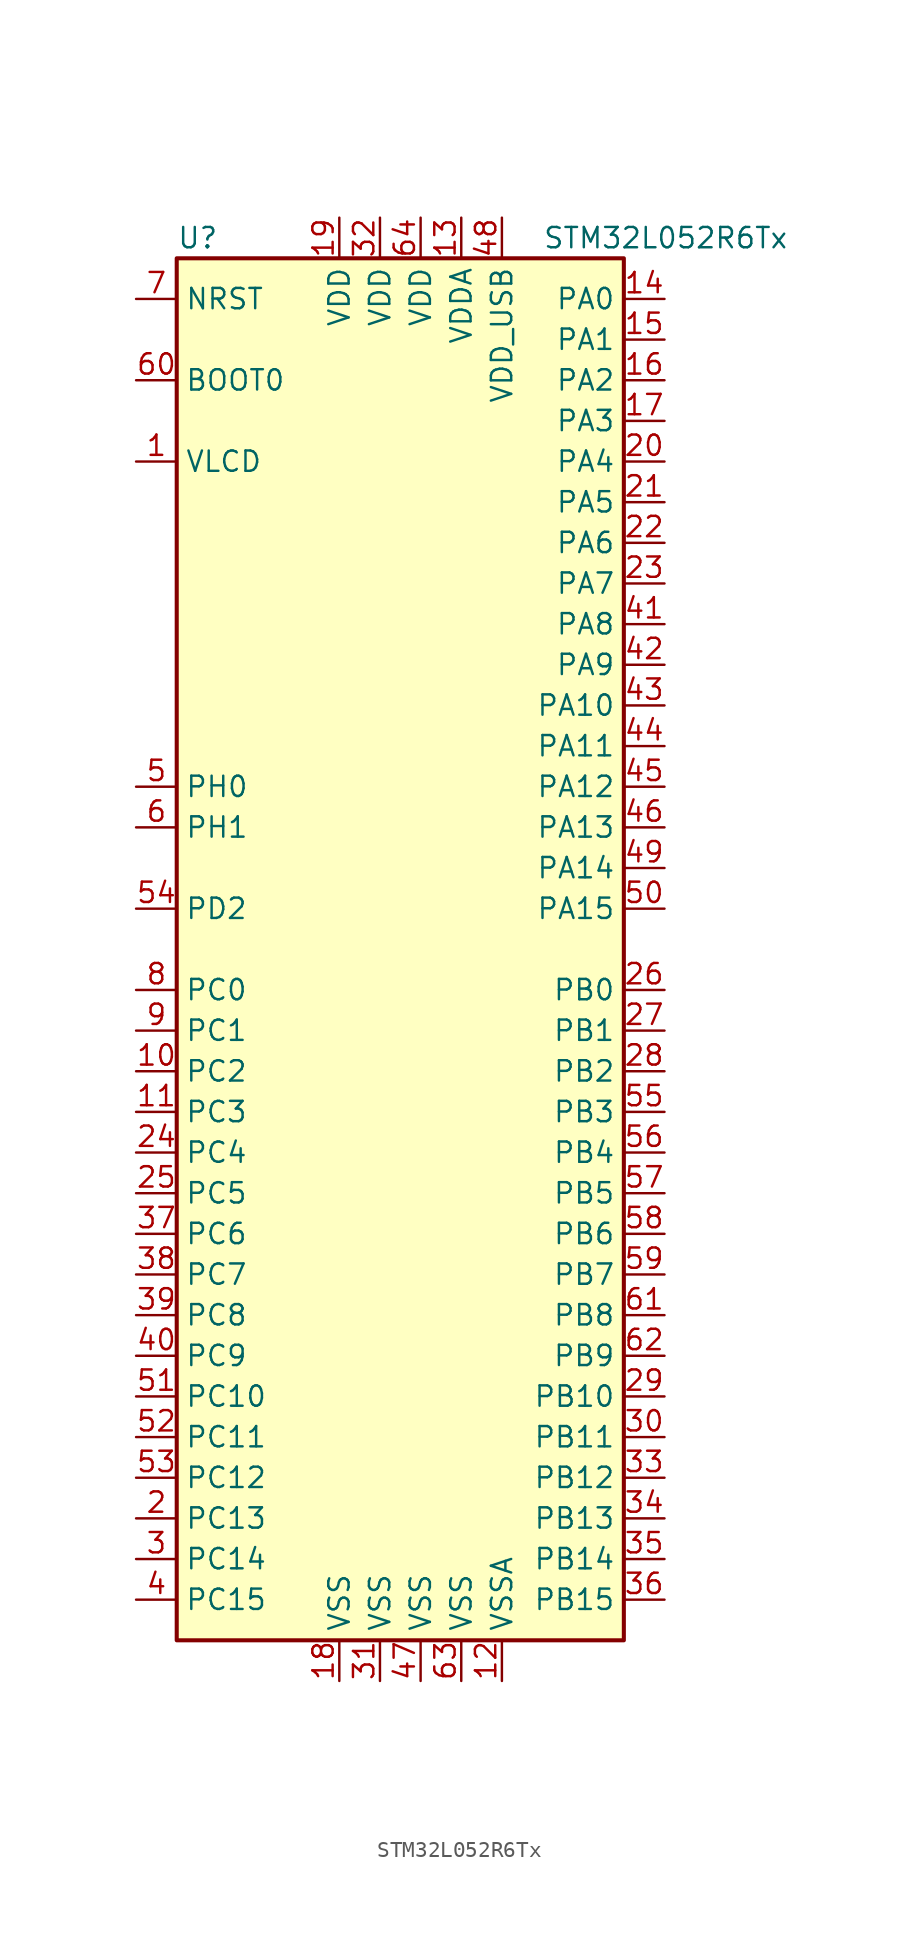
<source format=kicad_sym>
(kicad_symbol_lib
  (version 20211014)
  (generator kicad_symbol_editor)
  (symbol "STM32L052R6Tx"
    (property "Reference" "U"
      (at -15.24 44.45 0)
      (effects (font (size 1.27 1.27)) (justify left)))
    (property "Value" "STM32L052R6Tx"
      (at 7.62 44.45 0)
      (effects (font (size 1.27 1.27)) (justify left)))
    (symbol "STM32L052R6Tx_0_1"
      (rectangle (start -15.24 -43.18) (end 12.7 43.18) (stroke (width 0.254) (type default) (color 0 0 0 0)) (fill (type background))))
    (symbol "STM32L052R6Tx_1_1"
      (pin power_in line (at -17.78 30.48 0) (length 2.54) (name "VLCD" (effects (font (size 1.27 1.27)))) (number "1" (effects (font (size 1.27 1.27)))))
      (pin bidirectional line (at -17.78 -7.62 0) (length 2.54) (name "PC2" (effects (font (size 1.27 1.27)))) (number "10" (effects (font (size 1.27 1.27)))))
      (pin bidirectional line (at -17.78 -10.16 0) (length 2.54) (name "PC3" (effects (font (size 1.27 1.27)))) (number "11" (effects (font (size 1.27 1.27)))))
      (pin power_in line (at 5.08 -45.72 90) (length 2.54) (name "VSSA" (effects (font (size 1.27 1.27)))) (number "12" (effects (font (size 1.27 1.27)))))
      (pin power_in line (at 2.54 45.72 270) (length 2.54) (name "VDDA" (effects (font (size 1.27 1.27)))) (number "13" (effects (font (size 1.27 1.27)))))
      (pin bidirectional line (at 15.24 40.64 180) (length 2.54) (name "PA0" (effects (font (size 1.27 1.27)))) (number "14" (effects (font (size 1.27 1.27)))))
      (pin bidirectional line (at 15.24 38.1 180) (length 2.54) (name "PA1" (effects (font (size 1.27 1.27)))) (number "15" (effects (font (size 1.27 1.27)))))
      (pin bidirectional line (at 15.24 35.56 180) (length 2.54) (name "PA2" (effects (font (size 1.27 1.27)))) (number "16" (effects (font (size 1.27 1.27)))))
      (pin bidirectional line (at 15.24 33.02 180) (length 2.54) (name "PA3" (effects (font (size 1.27 1.27)))) (number "17" (effects (font (size 1.27 1.27)))))
      (pin power_in line (at -5.08 -45.72 90) (length 2.54) (name "VSS" (effects (font (size 1.27 1.27)))) (number "18" (effects (font (size 1.27 1.27)))))
      (pin power_in line (at -5.08 45.72 270) (length 2.54) (name "VDD" (effects (font (size 1.27 1.27)))) (number "19" (effects (font (size 1.27 1.27)))))
      (pin bidirectional line (at -17.78 -35.56 0) (length 2.54) (name "PC13" (effects (font (size 1.27 1.27)))) (number "2" (effects (font (size 1.27 1.27)))))
      (pin bidirectional line (at 15.24 30.48 180) (length 2.54) (name "PA4" (effects (font (size 1.27 1.27)))) (number "20" (effects (font (size 1.27 1.27)))))
      (pin bidirectional line (at 15.24 27.94 180) (length 2.54) (name "PA5" (effects (font (size 1.27 1.27)))) (number "21" (effects (font (size 1.27 1.27)))))
      (pin bidirectional line (at 15.24 25.4 180) (length 2.54) (name "PA6" (effects (font (size 1.27 1.27)))) (number "22" (effects (font (size 1.27 1.27)))))
      (pin bidirectional line (at 15.24 22.86 180) (length 2.54) (name "PA7" (effects (font (size 1.27 1.27)))) (number "23" (effects (font (size 1.27 1.27)))))
      (pin bidirectional line (at -17.78 -12.7 0) (length 2.54) (name "PC4" (effects (font (size 1.27 1.27)))) (number "24" (effects (font (size 1.27 1.27)))))
      (pin bidirectional line (at -17.78 -15.24 0) (length 2.54) (name "PC5" (effects (font (size 1.27 1.27)))) (number "25" (effects (font (size 1.27 1.27)))))
      (pin bidirectional line (at 15.24 -2.54 180) (length 2.54) (name "PB0" (effects (font (size 1.27 1.27)))) (number "26" (effects (font (size 1.27 1.27)))))
      (pin bidirectional line (at 15.24 -5.08 180) (length 2.54) (name "PB1" (effects (font (size 1.27 1.27)))) (number "27" (effects (font (size 1.27 1.27)))))
      (pin bidirectional line (at 15.24 -7.62 180) (length 2.54) (name "PB2" (effects (font (size 1.27 1.27)))) (number "28" (effects (font (size 1.27 1.27)))))
      (pin bidirectional line (at 15.24 -27.94 180) (length 2.54) (name "PB10" (effects (font (size 1.27 1.27)))) (number "29" (effects (font (size 1.27 1.27)))))
      (pin bidirectional line (at -17.78 -38.1 0) (length 2.54) (name "PC14" (effects (font (size 1.27 1.27)))) (number "3" (effects (font (size 1.27 1.27)))))
      (pin bidirectional line (at 15.24 -30.48 180) (length 2.54) (name "PB11" (effects (font (size 1.27 1.27)))) (number "30" (effects (font (size 1.27 1.27)))))
      (pin power_in line (at -2.54 -45.72 90) (length 2.54) (name "VSS" (effects (font (size 1.27 1.27)))) (number "31" (effects (font (size 1.27 1.27)))))
      (pin power_in line (at -2.54 45.72 270) (length 2.54) (name "VDD" (effects (font (size 1.27 1.27)))) (number "32" (effects (font (size 1.27 1.27)))))
      (pin bidirectional line (at 15.24 -33.02 180) (length 2.54) (name "PB12" (effects (font (size 1.27 1.27)))) (number "33" (effects (font (size 1.27 1.27)))))
      (pin bidirectional line (at 15.24 -35.56 180) (length 2.54) (name "PB13" (effects (font (size 1.27 1.27)))) (number "34" (effects (font (size 1.27 1.27)))))
      (pin bidirectional line (at 15.24 -38.1 180) (length 2.54) (name "PB14" (effects (font (size 1.27 1.27)))) (number "35" (effects (font (size 1.27 1.27)))))
      (pin bidirectional line (at 15.24 -40.64 180) (length 2.54) (name "PB15" (effects (font (size 1.27 1.27)))) (number "36" (effects (font (size 1.27 1.27)))))
      (pin bidirectional line (at -17.78 -17.78 0) (length 2.54) (name "PC6" (effects (font (size 1.27 1.27)))) (number "37" (effects (font (size 1.27 1.27)))))
      (pin bidirectional line (at -17.78 -20.32 0) (length 2.54) (name "PC7" (effects (font (size 1.27 1.27)))) (number "38" (effects (font (size 1.27 1.27)))))
      (pin bidirectional line (at -17.78 -22.86 0) (length 2.54) (name "PC8" (effects (font (size 1.27 1.27)))) (number "39" (effects (font (size 1.27 1.27)))))
      (pin bidirectional line (at -17.78 -40.64 0) (length 2.54) (name "PC15" (effects (font (size 1.27 1.27)))) (number "4" (effects (font (size 1.27 1.27)))))
      (pin bidirectional line (at -17.78 -25.4 0) (length 2.54) (name "PC9" (effects (font (size 1.27 1.27)))) (number "40" (effects (font (size 1.27 1.27)))))
      (pin bidirectional line (at 15.24 20.32 180) (length 2.54) (name "PA8" (effects (font (size 1.27 1.27)))) (number "41" (effects (font (size 1.27 1.27)))))
      (pin bidirectional line (at 15.24 17.78 180) (length 2.54) (name "PA9" (effects (font (size 1.27 1.27)))) (number "42" (effects (font (size 1.27 1.27)))))
      (pin bidirectional line (at 15.24 15.24 180) (length 2.54) (name "PA10" (effects (font (size 1.27 1.27)))) (number "43" (effects (font (size 1.27 1.27)))))
      (pin bidirectional line (at 15.24 12.7 180) (length 2.54) (name "PA11" (effects (font (size 1.27 1.27)))) (number "44" (effects (font (size 1.27 1.27)))))
      (pin bidirectional line (at 15.24 10.16 180) (length 2.54) (name "PA12" (effects (font (size 1.27 1.27)))) (number "45" (effects (font (size 1.27 1.27)))))
      (pin bidirectional line (at 15.24 7.62 180) (length 2.54) (name "PA13" (effects (font (size 1.27 1.27)))) (number "46" (effects (font (size 1.27 1.27)))))
      (pin power_in line (at 0 -45.72 90) (length 2.54) (name "VSS" (effects (font (size 1.27 1.27)))) (number "47" (effects (font (size 1.27 1.27)))))
      (pin power_in line (at 5.08 45.72 270) (length 2.54) (name "VDD_USB" (effects (font (size 1.27 1.27)))) (number "48" (effects (font (size 1.27 1.27)))))
      (pin bidirectional line (at 15.24 5.08 180) (length 2.54) (name "PA14" (effects (font (size 1.27 1.27)))) (number "49" (effects (font (size 1.27 1.27)))))
      (pin input line (at -17.78 10.16 0) (length 2.54) (name "PH0" (effects (font (size 1.27 1.27)))) (number "5" (effects (font (size 1.27 1.27)))))
      (pin bidirectional line (at 15.24 2.54 180) (length 2.54) (name "PA15" (effects (font (size 1.27 1.27)))) (number "50" (effects (font (size 1.27 1.27)))))
      (pin bidirectional line (at -17.78 -27.94 0) (length 2.54) (name "PC10" (effects (font (size 1.27 1.27)))) (number "51" (effects (font (size 1.27 1.27)))))
      (pin bidirectional line (at -17.78 -30.48 0) (length 2.54) (name "PC11" (effects (font (size 1.27 1.27)))) (number "52" (effects (font (size 1.27 1.27)))))
      (pin bidirectional line (at -17.78 -33.02 0) (length 2.54) (name "PC12" (effects (font (size 1.27 1.27)))) (number "53" (effects (font (size 1.27 1.27)))))
      (pin bidirectional line (at -17.78 2.54 0) (length 2.54) (name "PD2" (effects (font (size 1.27 1.27)))) (number "54" (effects (font (size 1.27 1.27)))))
      (pin bidirectional line (at 15.24 -10.16 180) (length 2.54) (name "PB3" (effects (font (size 1.27 1.27)))) (number "55" (effects (font (size 1.27 1.27)))))
      (pin bidirectional line (at 15.24 -12.7 180) (length 2.54) (name "PB4" (effects (font (size 1.27 1.27)))) (number "56" (effects (font (size 1.27 1.27)))))
      (pin bidirectional line (at 15.24 -15.24 180) (length 2.54) (name "PB5" (effects (font (size 1.27 1.27)))) (number "57" (effects (font (size 1.27 1.27)))))
      (pin bidirectional line (at 15.24 -17.78 180) (length 2.54) (name "PB6" (effects (font (size 1.27 1.27)))) (number "58" (effects (font (size 1.27 1.27)))))
      (pin bidirectional line (at 15.24 -20.32 180) (length 2.54) (name "PB7" (effects (font (size 1.27 1.27)))) (number "59" (effects (font (size 1.27 1.27)))))
      (pin input line (at -17.78 7.62 0) (length 2.54) (name "PH1" (effects (font (size 1.27 1.27)))) (number "6" (effects (font (size 1.27 1.27)))))
      (pin input line (at -17.78 35.56 0) (length 2.54) (name "BOOT0" (effects (font (size 1.27 1.27)))) (number "60" (effects (font (size 1.27 1.27)))))
      (pin bidirectional line (at 15.24 -22.86 180) (length 2.54) (name "PB8" (effects (font (size 1.27 1.27)))) (number "61" (effects (font (size 1.27 1.27)))))
      (pin bidirectional line (at 15.24 -25.4 180) (length 2.54) (name "PB9" (effects (font (size 1.27 1.27)))) (number "62" (effects (font (size 1.27 1.27)))))
      (pin power_in line (at 2.54 -45.72 90) (length 2.54) (name "VSS" (effects (font (size 1.27 1.27)))) (number "63" (effects (font (size 1.27 1.27)))))
      (pin power_in line (at 0 45.72 270) (length 2.54) (name "VDD" (effects (font (size 1.27 1.27)))) (number "64" (effects (font (size 1.27 1.27)))))
      (pin input line (at -17.78 40.64 0) (length 2.54) (name "NRST" (effects (font (size 1.27 1.27)))) (number "7" (effects (font (size 1.27 1.27)))))
      (pin bidirectional line (at -17.78 -2.54 0) (length 2.54) (name "PC0" (effects (font (size 1.27 1.27)))) (number "8" (effects (font (size 1.27 1.27)))))
      (pin bidirectional line (at -17.78 -5.08 0) (length 2.54) (name "PC1" (effects (font (size 1.27 1.27)))) (number "9" (effects (font (size 1.27 1.27))))))))
</source>
